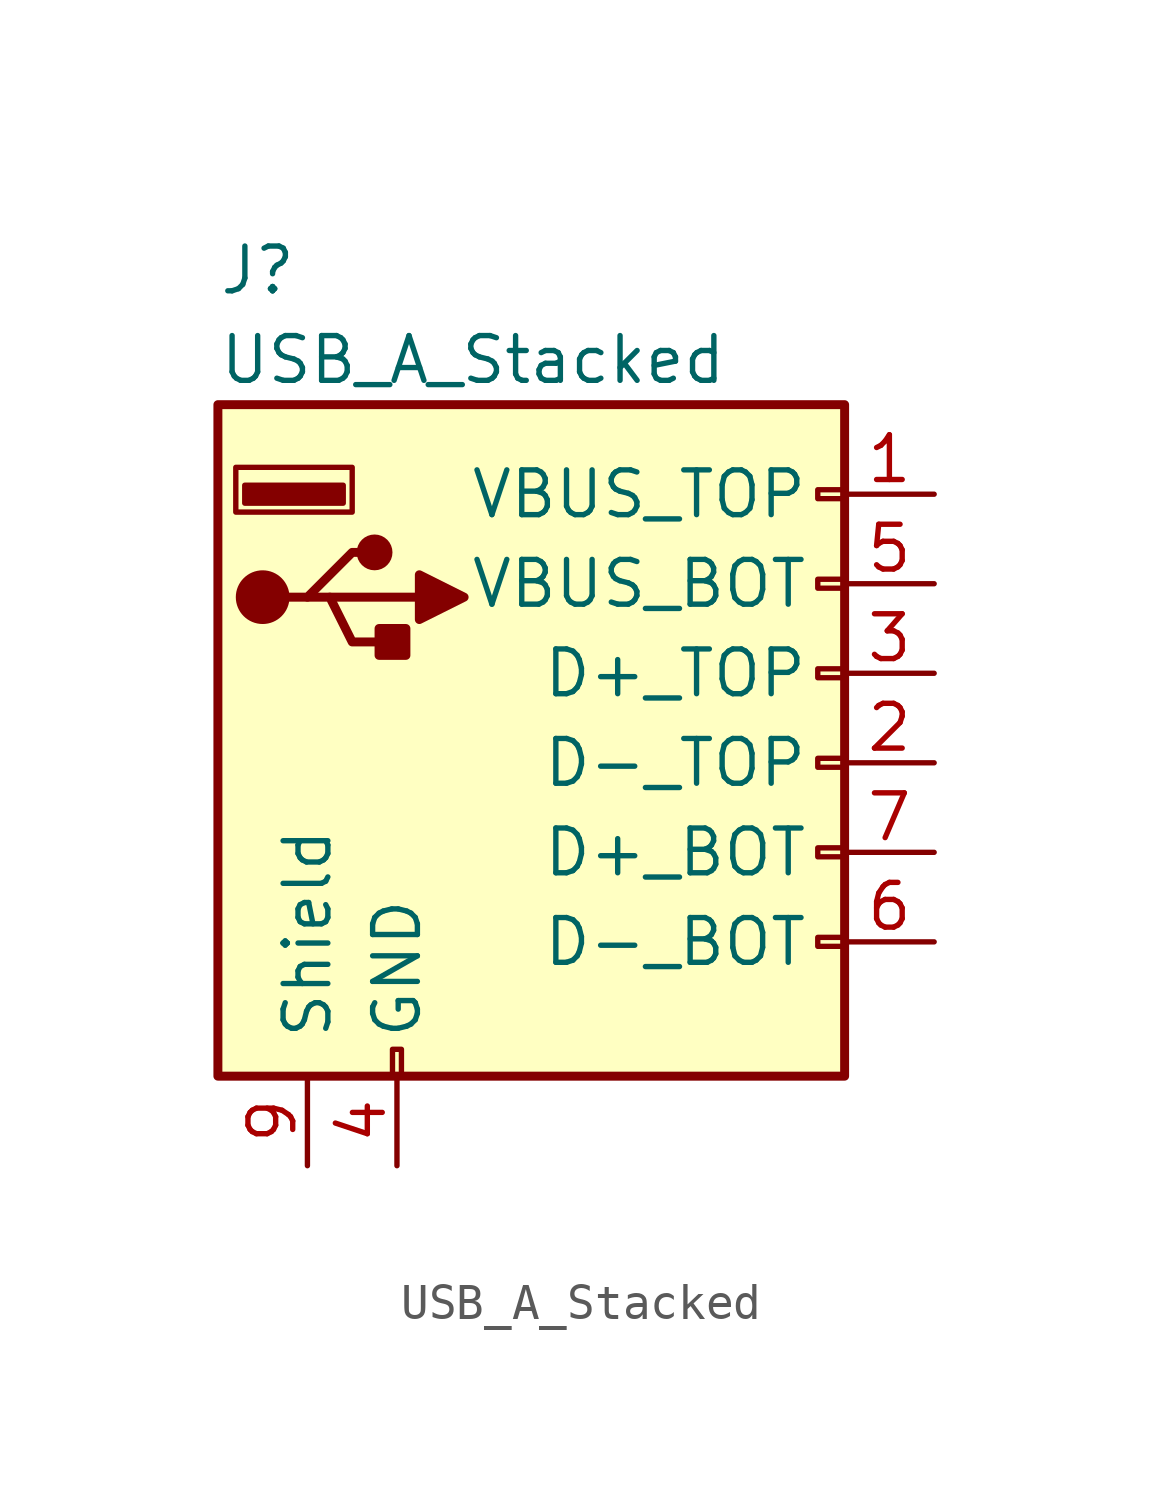
<source format=kicad_sym>
(kicad_symbol_lib
  (version 20220914)
  (generator kicad_symbol_editor)
  (symbol "USB_A_Stacked"
    (pin_names
      (offset 1.016))
    (property "Reference" "J"
      (at -5.08 11.43 0)
      (effects (font (size 1.27 1.27)) (justify left)))
    (property "Value" "USB_A_Stacked"
      (at -5.08 8.89 0)
      (effects (font (size 1.27 1.27)) (justify left)))
    (symbol "USB_A_Stacked_0_1"
      (rectangle (start -5.08 -11.43) (end 12.7 7.62) (stroke (width 0.254) (type solid)) (fill (type background)))
      (circle (center -3.81 2.159) (radius 0.635) (stroke (width 0.254) (type solid)) (fill (type outline)))
      (rectangle (start -1.524 4.826) (end -4.318 5.334) (stroke (width 0) (type solid)) (fill (type outline)))
      (rectangle (start -1.27 4.572) (end -4.572 5.842) (stroke (width 0) (type solid)) (fill (type none)))
      (circle (center -0.635 3.429) (radius 0.381) (stroke (width 0.254) (type solid)) (fill (type outline)))
      (rectangle (start -0.127 -11.43) (end 0.127 -10.668) (stroke (width 0) (type solid)) (fill (type none)))
      (polyline (pts (xy -3.175 2.159) (xy -2.54 2.159) (xy -1.27 3.429) (xy -0.635 3.429)) (stroke (width 0.254) (type solid)) (fill (type none)))
      (polyline (pts (xy -2.54 2.159) (xy -1.905 2.159) (xy -1.27 0.889) (xy 0 0.889)) (stroke (width 0.254) (type solid)) (fill (type none)))
      (polyline (pts (xy 0.635 2.794) (xy 0.635 1.524) (xy 1.905 2.159) (xy 0.635 2.794)) (stroke (width 0.254) (type solid)) (fill (type outline)))
      (rectangle (start 0.254 1.27) (end -0.508 0.508) (stroke (width 0.254) (type solid)) (fill (type outline)))
      (rectangle (start 12.7 -2.667) (end 11.938 -2.413) (stroke (width 0) (type solid)) (fill (type none)))
      (rectangle (start 12.7 -0.127) (end 11.938 0.127) (stroke (width 0) (type solid)) (fill (type none)))
      (rectangle (start 12.7 4.953) (end 11.938 5.207) (stroke (width 0) (type solid)) (fill (type none))))
    (symbol "USB_A_Stacked_1_1"
      (polyline (pts (xy -1.905 2.159) (xy 0.635 2.159)) (stroke (width 0.254) (type solid)) (fill (type none)))
      (rectangle (start 12.7 -7.747) (end 11.938 -7.493) (stroke (width 0) (type solid)) (fill (type none)))
      (rectangle (start 12.7 -5.207) (end 11.938 -4.953) (stroke (width 0) (type solid)) (fill (type none)))
      (rectangle (start 12.7 2.413) (end 11.938 2.667) (stroke (width 0) (type solid)) (fill (type none)))
      (pin power_in line (at 15.24 5.08 180) (length 2.54) (name "VBUS_TOP" (effects (font (size 1.27 1.27)))) (number "1" (effects (font (size 1.27 1.27)))))
      (pin passive line (at 15.24 -2.54 180) (length 2.54) (name "D-_TOP" (effects (font (size 1.27 1.27)))) (number "2" (effects (font (size 1.27 1.27)))))
      (pin passive line (at 15.24 0 180) (length 2.54) (name "D+_TOP" (effects (font (size 1.27 1.27)))) (number "3" (effects (font (size 1.27 1.27)))))
      (pin power_in line (at 0 -13.97 90) (length 2.54) (name "GND" (effects (font (size 1.27 1.27)))) (number "4" (effects (font (size 1.27 1.27)))))
      (pin power_in line (at 15.24 2.54 180) (length 2.54) (name "VBUS_BOT" (effects (font (size 1.27 1.27)))) (number "5" (effects (font (size 1.27 1.27)))))
      (pin passive line (at 15.24 -7.62 180) (length 2.54) (name "D-_BOT" (effects (font (size 1.27 1.27)))) (number "6" (effects (font (size 1.27 1.27)))))
      (pin passive line (at 15.24 -5.08 180) (length 2.54) (name "D+_BOT" (effects (font (size 1.27 1.27)))) (number "7" (effects (font (size 1.27 1.27)))))
      (pin power_in line (at 0 -13.97 90) (length 2.54) hide (name "GND" (effects (font (size 1.27 1.27)))) (number "8" (effects (font (size 1.27 1.27)))))
      (pin passive line (at -2.54 -13.97 90) (length 2.54) (name "Shield" (effects (font (size 1.27 1.27)))) (number "9" (effects (font (size 1.27 1.27))))))))
</source>
